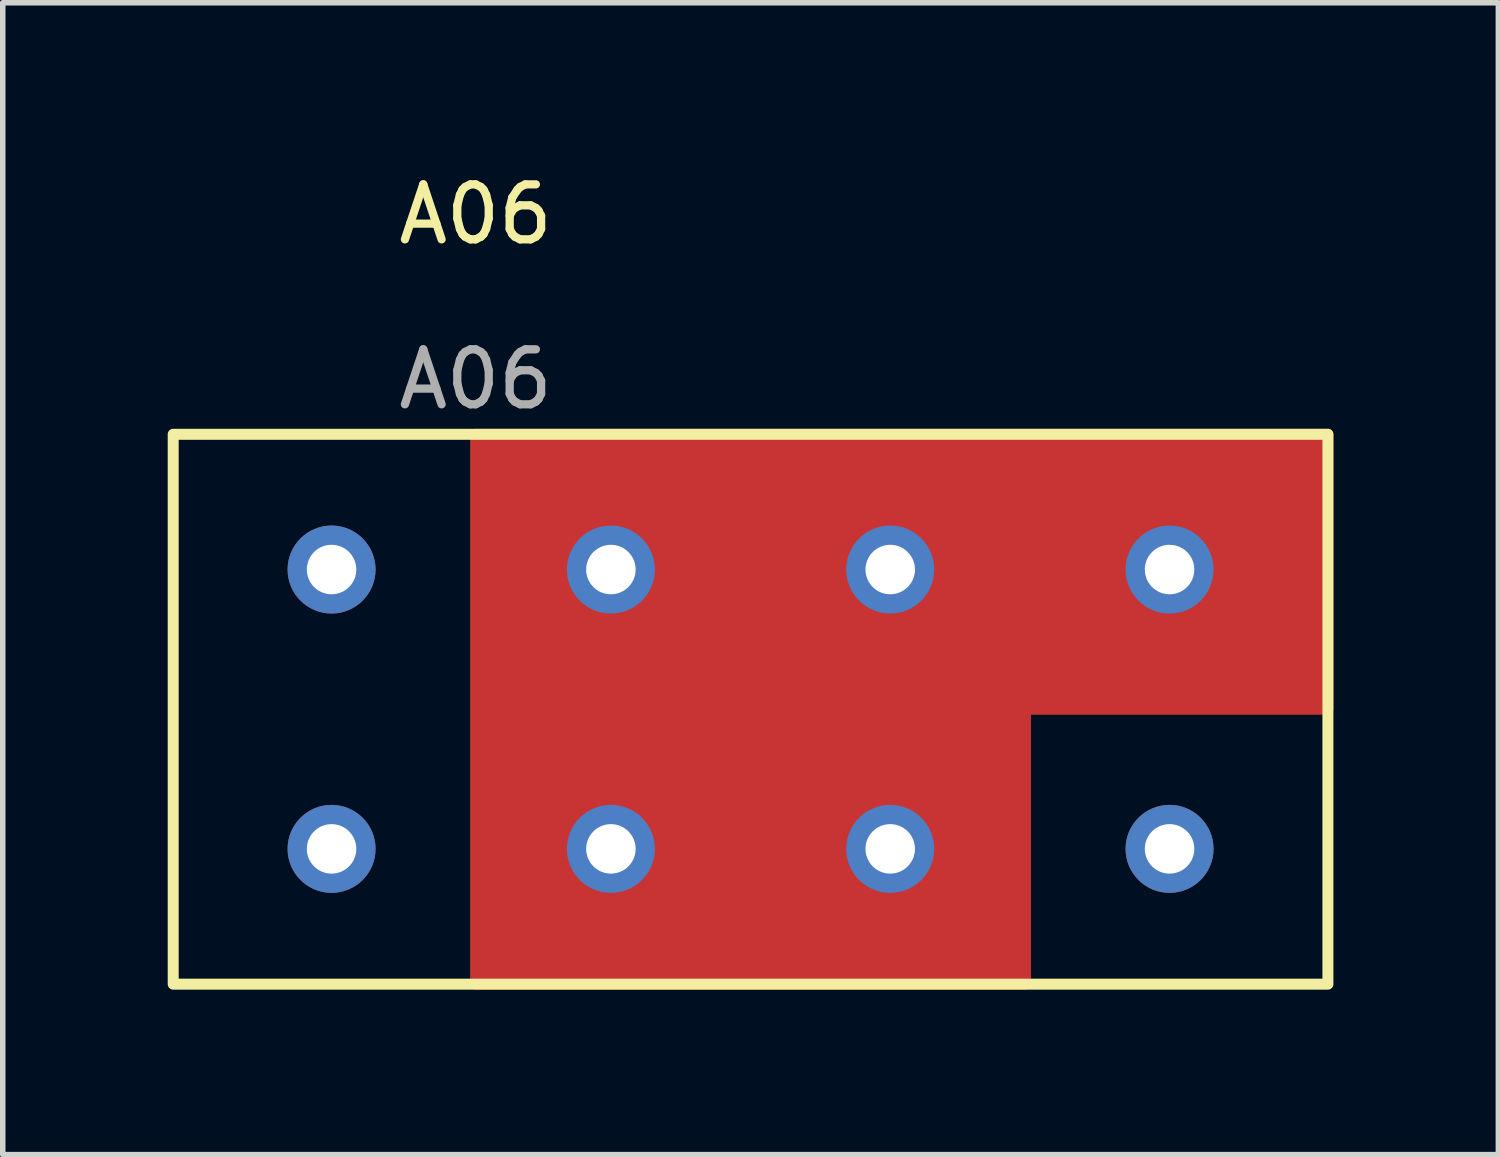
<source format=kicad_pcb>
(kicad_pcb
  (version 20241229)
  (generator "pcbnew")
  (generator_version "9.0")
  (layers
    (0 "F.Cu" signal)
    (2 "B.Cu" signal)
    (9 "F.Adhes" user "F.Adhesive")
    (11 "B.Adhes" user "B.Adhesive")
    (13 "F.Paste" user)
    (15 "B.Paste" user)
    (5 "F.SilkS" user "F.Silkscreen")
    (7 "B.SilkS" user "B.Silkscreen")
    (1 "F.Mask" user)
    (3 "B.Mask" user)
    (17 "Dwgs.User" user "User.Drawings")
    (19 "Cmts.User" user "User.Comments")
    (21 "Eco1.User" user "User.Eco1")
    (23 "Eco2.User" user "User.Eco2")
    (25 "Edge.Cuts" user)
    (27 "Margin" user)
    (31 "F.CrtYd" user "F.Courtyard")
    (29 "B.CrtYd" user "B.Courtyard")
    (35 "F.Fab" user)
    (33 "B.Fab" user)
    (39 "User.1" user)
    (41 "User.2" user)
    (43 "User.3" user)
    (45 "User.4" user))
  (footprint "A06"
    (layer "F.Cu")
    (at 10.6 9.848)
    (property "Reference" "A06" (at -5 -9 0) (unlocked yes) (layer "F.SilkS") (effects (font (size 1 1) (thickness 0.15))))
    (attr through_hole)
    (fp_poly (pts (xy 10.5 0) (xy 5 0) (xy 5 5) (xy -5 5) (xy -5 -5) (xy 10.5 -5)) (stroke (width 0.2) (type solid)) (fill yes) (layer "F.Cu"))
    (fp_rect (start -10.5 -5) (end 10.5 5) (stroke (width 0.2) (type solid)) (fill no) (layer "F.SilkS"))
    (fp_text user "${REFERENCE}" (at -5 -6 0) (unlocked yes) (layer "F.Fab") (effects (font (size 1 1) (thickness 0.15))))
    (pad "1" thru_hole circle (at -7.62 -2.54) (size 1.6 1.6) (drill 0.9) (layers "*.Cu" "*.Mask"))
    (pad "2" thru_hole circle (at -7.62 2.54) (size 1.6 1.6) (drill 0.9) (layers "*.Cu" "*.Mask"))
    (pad "3" thru_hole circle (at -2.54 -2.54) (size 1.6 1.6) (drill 0.9) (layers "*.Cu" "*.Mask"))
    (pad "3" thru_hole circle (at -2.54 2.54) (size 1.6 1.6) (drill 0.9) (layers "*.Cu" "*.Mask"))
    (pad "3" thru_hole circle (at 2.54 -2.54) (size 1.6 1.6) (drill 0.9) (layers "*.Cu" "*.Mask"))
    (pad "3" thru_hole circle (at 2.54 2.54) (size 1.6 1.6) (drill 0.9) (layers "*.Cu" "*.Mask"))
    (pad "3" thru_hole circle (at 7.62 -2.54) (size 1.6 1.6) (drill 0.9) (layers "*.Cu" "*.Mask"))
    (pad "8" thru_hole circle (at 7.62 2.54) (size 1.6 1.6) (drill 0.9) (layers "*.Cu" "*.Mask")))
  (gr_rect
    (start -3 -3)
    (end 24.2 17.948)
    (stroke (width 0.1) (type default))
    (fill no)
    (layer "Edge.Cuts")))
</source>
